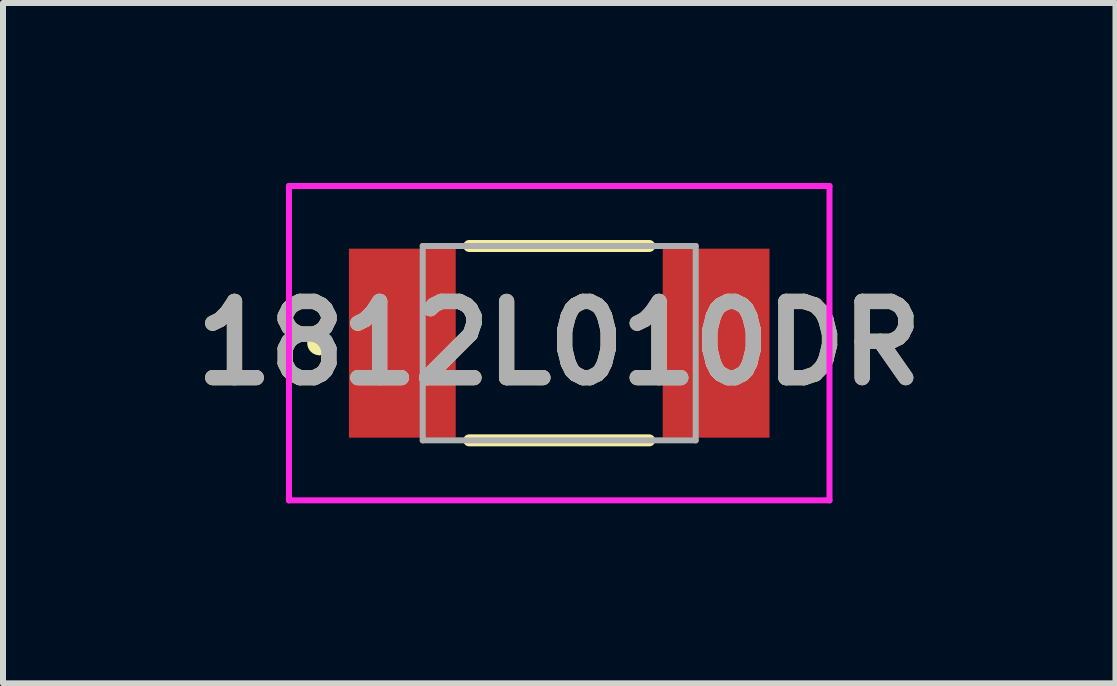
<source format=kicad_pcb>
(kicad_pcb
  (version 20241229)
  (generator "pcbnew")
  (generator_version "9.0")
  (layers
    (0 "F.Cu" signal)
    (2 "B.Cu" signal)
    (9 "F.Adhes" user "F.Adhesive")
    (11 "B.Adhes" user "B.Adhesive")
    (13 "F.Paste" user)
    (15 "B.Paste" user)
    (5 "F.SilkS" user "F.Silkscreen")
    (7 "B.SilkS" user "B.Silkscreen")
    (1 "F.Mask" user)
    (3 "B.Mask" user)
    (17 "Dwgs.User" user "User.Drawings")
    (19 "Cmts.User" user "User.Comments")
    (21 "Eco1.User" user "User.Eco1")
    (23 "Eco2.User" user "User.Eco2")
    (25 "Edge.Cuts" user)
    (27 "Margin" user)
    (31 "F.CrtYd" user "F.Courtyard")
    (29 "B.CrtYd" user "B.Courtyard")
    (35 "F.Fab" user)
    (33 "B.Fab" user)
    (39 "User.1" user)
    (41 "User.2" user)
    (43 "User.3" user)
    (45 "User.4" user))
  (footprint "1812L010DR"
    (layer "F.Cu")
    (at 6.271 2.67)
    (property "Reference" "1812L010DR" (at 0 0 0) (layer "F.SilkS") (effects (font (size 1.27 1.27) (thickness 0.254))))
    (attr smd)
    (fp_line (start -4 -0.1) (end -4 -0.1) (stroke (width 0.2) (type solid)) (layer "F.SilkS"))
    (fp_line (start -4 0.1) (end -4 0.1) (stroke (width 0.2) (type solid)) (layer "F.SilkS"))
    (fp_line (start -1.5 -1.62) (end 1.5 -1.62) (stroke (width 0.2) (type solid)) (layer "F.SilkS"))
    (fp_line (start -1.5 1.62) (end 1.5 1.62) (stroke (width 0.2) (type solid)) (layer "F.SilkS"))
    (fp_arc (start -4 -0.1) (mid -3.9 0) (end -4 0.1) (stroke (width 0.2) (type solid)) (layer "F.SilkS"))
    (fp_arc (start -4 0.1) (mid -4.1 0) (end -4 -0.1) (stroke (width 0.2) (type solid)) (layer "F.SilkS"))
    (fp_line (start -4.505 -2.62) (end 4.505 -2.62) (stroke (width 0.1) (type solid)) (layer "F.CrtYd"))
    (fp_line (start -4.505 2.62) (end -4.505 -2.62) (stroke (width 0.1) (type solid)) (layer "F.CrtYd"))
    (fp_line (start 4.505 -2.62) (end 4.505 2.62) (stroke (width 0.1) (type solid)) (layer "F.CrtYd"))
    (fp_line (start 4.505 2.62) (end -4.505 2.62) (stroke (width 0.1) (type solid)) (layer "F.CrtYd"))
    (fp_line (start -2.275 -1.62) (end 2.275 -1.62) (stroke (width 0.1) (type solid)) (layer "F.Fab"))
    (fp_line (start -2.275 1.62) (end -2.275 -1.62) (stroke (width 0.1) (type solid)) (layer "F.Fab"))
    (fp_line (start 2.275 -1.62) (end 2.275 1.62) (stroke (width 0.1) (type solid)) (layer "F.Fab"))
    (fp_line (start 2.275 1.62) (end -2.275 1.62) (stroke (width 0.1) (type solid)) (layer "F.Fab"))
    (fp_text user "${REFERENCE}" (at 0 0 0) (layer "F.Fab") (effects (font (size 1.27 1.27) (thickness 0.254))))
    (pad "1" smd rect (at -2.615 0) (size 1.78 3.15) (layers "F.Cu" "F.Mask" "F.Paste"))
    (pad "2" smd rect (at 2.615 0) (size 1.78 3.15) (layers "F.Cu" "F.Mask" "F.Paste")))
  (gr_rect
    (start -3 -3)
    (end 15.543 8.34)
    (stroke (width 0.1) (type default))
    (fill no)
    (layer "Edge.Cuts")))
</source>
